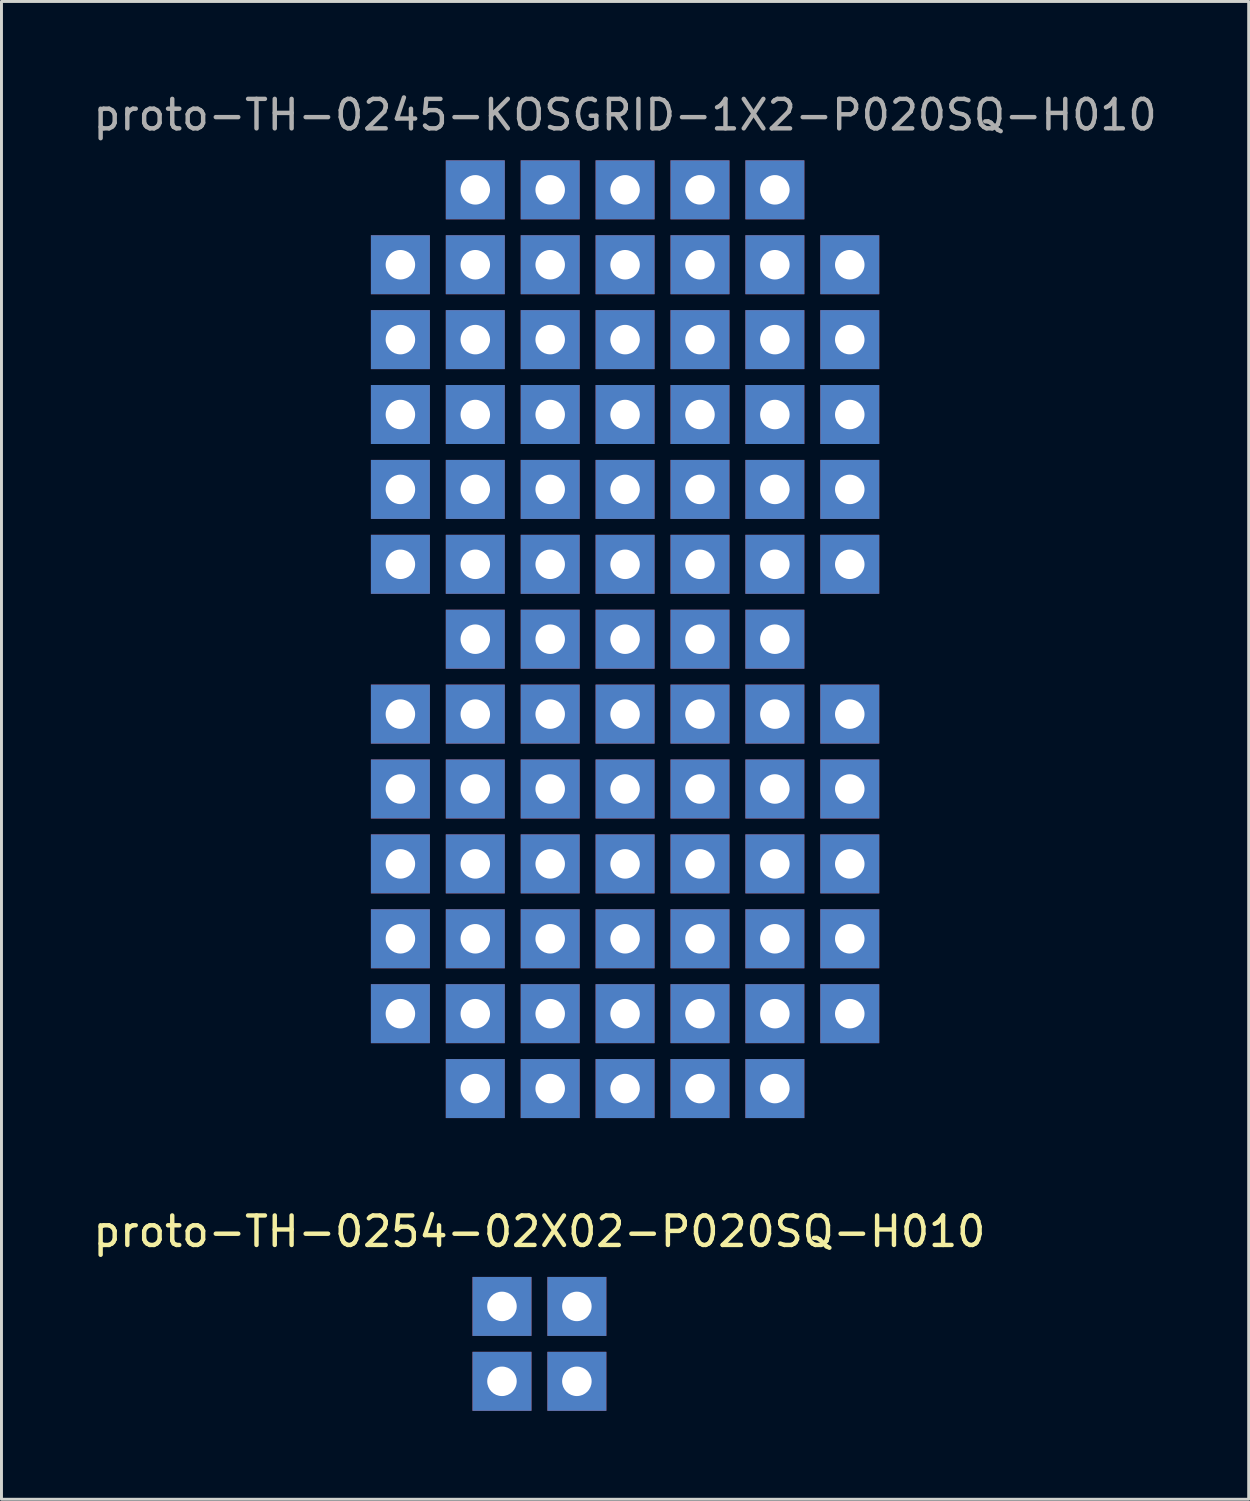
<source format=kicad_pcb>
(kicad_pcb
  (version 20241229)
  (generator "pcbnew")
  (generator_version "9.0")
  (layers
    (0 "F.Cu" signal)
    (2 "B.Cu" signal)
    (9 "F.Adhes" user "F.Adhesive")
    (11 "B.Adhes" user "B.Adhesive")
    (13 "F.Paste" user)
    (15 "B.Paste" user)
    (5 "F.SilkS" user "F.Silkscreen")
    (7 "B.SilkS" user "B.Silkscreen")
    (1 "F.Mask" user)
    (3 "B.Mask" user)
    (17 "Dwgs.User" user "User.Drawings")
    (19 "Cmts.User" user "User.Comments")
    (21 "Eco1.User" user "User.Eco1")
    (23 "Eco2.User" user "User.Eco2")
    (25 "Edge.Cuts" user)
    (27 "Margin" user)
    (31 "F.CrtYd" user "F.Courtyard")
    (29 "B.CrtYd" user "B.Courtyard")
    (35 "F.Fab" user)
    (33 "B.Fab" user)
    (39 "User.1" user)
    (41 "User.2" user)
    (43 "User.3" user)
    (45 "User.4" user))
  (footprint "proto-TH-0254-02X02-P020SQ-H010"
    (layer "F.Cu")
    (at 15.244 42.526)
    (property "Reference" "proto-TH-0254-02X02-P020SQ-H010" (at 0 -3.81 0) (layer "F.SilkS") (effects (font (size 1 1) (thickness 0.15))))
    (attr through_hole)
    (pad "1" thru_hole rect (at -1.27 -1.27) (size 2 2) (drill 1) (layers "*.Cu" "*.Mask"))
    (pad "2" thru_hole rect (at 1.27 -1.27) (size 2 2) (drill 1) (layers "*.Cu" "*.Mask"))
    (pad "3" thru_hole rect (at -1.27 1.27) (size 2 2) (drill 1) (layers "*.Cu" "*.Mask"))
    (pad "4" thru_hole rect (at 1.27 1.27) (size 2 2) (drill 1) (layers "*.Cu" "*.Mask")))
  (footprint "proto-TH-0245-KOSGRID-1X2-P020SQ-H010"
    (layer "F.Cu")
    (at 18.149 18.628)
    (property "Reference" "proto-TH-0245-KOSGRID-1X2-P020SQ-H010" (at 0 -17.78 0) (layer "F.Fab") (effects (font (size 1 1) (thickness 0.15))))
    (attr through_hole)
    (pad "1" thru_hole rect (at -5.08 -15.24) (size 2 2) (drill 1) (layers "*.Cu" "*.Mask"))
    (pad "2" thru_hole rect (at -7.62 -2.54) (size 2 2) (drill 1) (layers "*.Cu" "*.Mask"))
    (pad "3" thru_hole rect (at -5.08 15.24) (size 2 2) (drill 1) (layers "*.Cu" "*.Mask"))
    (pad "4" thru_hole rect (at 5.08 15.24) (size 2 2) (drill 1) (layers "*.Cu" "*.Mask"))
    (pad "5" thru_hole rect (at 7.62 -2.54) (size 2 2) (drill 1) (layers "*.Cu" "*.Mask"))
    (pad "6" thru_hole rect (at 5.08 -15.24) (size 2 2) (drill 1) (layers "*.Cu" "*.Mask"))
    (pad "NC" thru_hole rect (at -7.62 -12.7) (size 2 2) (drill 1) (layers "*.Cu" "*.Mask"))
    (pad "NC" thru_hole rect (at -7.62 -10.16) (size 2 2) (drill 1) (layers "*.Cu" "*.Mask"))
    (pad "NC" thru_hole rect (at -7.62 -7.62) (size 2 2) (drill 1) (layers "*.Cu" "*.Mask"))
    (pad "NC" thru_hole rect (at -7.62 -5.08) (size 2 2) (drill 1) (layers "*.Cu" "*.Mask"))
    (pad "NC" thru_hole rect (at -7.62 2.54) (size 2 2) (drill 1) (layers "*.Cu" "*.Mask"))
    (pad "NC" thru_hole rect (at -7.62 5.08) (size 2 2) (drill 1) (layers "*.Cu" "*.Mask"))
    (pad "NC" thru_hole rect (at -7.62 7.62) (size 2 2) (drill 1) (layers "*.Cu" "*.Mask"))
    (pad "NC" thru_hole rect (at -7.62 10.16) (size 2 2) (drill 1) (layers "*.Cu" "*.Mask"))
    (pad "NC" thru_hole rect (at -7.62 12.7) (size 2 2) (drill 1) (layers "*.Cu" "*.Mask"))
    (pad "NC" thru_hole rect (at -5.08 -12.7) (size 2 2) (drill 1) (layers "*.Cu" "*.Mask"))
    (pad "NC" thru_hole rect (at -5.08 -10.16) (size 2 2) (drill 1) (layers "*.Cu" "*.Mask"))
    (pad "NC" thru_hole rect (at -5.08 -7.62) (size 2 2) (drill 1) (layers "*.Cu" "*.Mask"))
    (pad "NC" thru_hole rect (at -5.08 -5.08) (size 2 2) (drill 1) (layers "*.Cu" "*.Mask"))
    (pad "NC" thru_hole rect (at -5.08 -2.54) (size 2 2) (drill 1) (layers "*.Cu" "*.Mask"))
    (pad "NC" thru_hole rect (at -5.08 0) (size 2 2) (drill 1) (layers "*.Cu" "*.Mask"))
    (pad "NC" thru_hole rect (at -5.08 2.54) (size 2 2) (drill 1) (layers "*.Cu" "*.Mask"))
    (pad "NC" thru_hole rect (at -5.08 5.08) (size 2 2) (drill 1) (layers "*.Cu" "*.Mask"))
    (pad "NC" thru_hole rect (at -5.08 7.62) (size 2 2) (drill 1) (layers "*.Cu" "*.Mask"))
    (pad "NC" thru_hole rect (at -5.08 10.16) (size 2 2) (drill 1) (layers "*.Cu" "*.Mask"))
    (pad "NC" thru_hole rect (at -5.08 12.7) (size 2 2) (drill 1) (layers "*.Cu" "*.Mask"))
    (pad "NC" thru_hole rect (at -2.54 -15.24) (size 2 2) (drill 1) (layers "*.Cu" "*.Mask"))
    (pad "NC" thru_hole rect (at -2.54 -12.7) (size 2 2) (drill 1) (layers "*.Cu" "*.Mask"))
    (pad "NC" thru_hole rect (at -2.54 -10.16) (size 2 2) (drill 1) (layers "*.Cu" "*.Mask"))
    (pad "NC" thru_hole rect (at -2.54 -7.62) (size 2 2) (drill 1) (layers "*.Cu" "*.Mask"))
    (pad "NC" thru_hole rect (at -2.54 -5.08) (size 2 2) (drill 1) (layers "*.Cu" "*.Mask"))
    (pad "NC" thru_hole rect (at -2.54 -2.54) (size 2 2) (drill 1) (layers "*.Cu" "*.Mask"))
    (pad "NC" thru_hole rect (at -2.54 0) (size 2 2) (drill 1) (layers "*.Cu" "*.Mask"))
    (pad "NC" thru_hole rect (at -2.54 2.54) (size 2 2) (drill 1) (layers "*.Cu" "*.Mask"))
    (pad "NC" thru_hole rect (at -2.54 5.08) (size 2 2) (drill 1) (layers "*.Cu" "*.Mask"))
    (pad "NC" thru_hole rect (at -2.54 7.62) (size 2 2) (drill 1) (layers "*.Cu" "*.Mask"))
    (pad "NC" thru_hole rect (at -2.54 10.16) (size 2 2) (drill 1) (layers "*.Cu" "*.Mask"))
    (pad "NC" thru_hole rect (at -2.54 12.7) (size 2 2) (drill 1) (layers "*.Cu" "*.Mask"))
    (pad "NC" thru_hole rect (at -2.54 15.24) (size 2 2) (drill 1) (layers "*.Cu" "*.Mask"))
    (pad "NC" thru_hole rect (at 0 -15.24) (size 2 2) (drill 1) (layers "*.Cu" "*.Mask"))
    (pad "NC" thru_hole rect (at 0 -12.7) (size 2 2) (drill 1) (layers "*.Cu" "*.Mask"))
    (pad "NC" thru_hole rect (at 0 -10.16) (size 2 2) (drill 1) (layers "*.Cu" "*.Mask"))
    (pad "NC" thru_hole rect (at 0 -7.62) (size 2 2) (drill 1) (layers "*.Cu" "*.Mask"))
    (pad "NC" thru_hole rect (at 0 -5.08) (size 2 2) (drill 1) (layers "*.Cu" "*.Mask"))
    (pad "NC" thru_hole rect (at 0 -2.54) (size 2 2) (drill 1) (layers "*.Cu" "*.Mask"))
    (pad "NC" thru_hole rect (at 0 0) (size 2 2) (drill 1) (layers "*.Cu" "*.Mask"))
    (pad "NC" thru_hole rect (at 0 2.54) (size 2 2) (drill 1) (layers "*.Cu" "*.Mask"))
    (pad "NC" thru_hole rect (at 0 5.08) (size 2 2) (drill 1) (layers "*.Cu" "*.Mask"))
    (pad "NC" thru_hole rect (at 0 7.62) (size 2 2) (drill 1) (layers "*.Cu" "*.Mask"))
    (pad "NC" thru_hole rect (at 0 10.16) (size 2 2) (drill 1) (layers "*.Cu" "*.Mask"))
    (pad "NC" thru_hole rect (at 0 12.7) (size 2 2) (drill 1) (layers "*.Cu" "*.Mask"))
    (pad "NC" thru_hole rect (at 0 15.24) (size 2 2) (drill 1) (layers "*.Cu" "*.Mask"))
    (pad "NC" thru_hole rect (at 2.54 -15.24) (size 2 2) (drill 1) (layers "*.Cu" "*.Mask"))
    (pad "NC" thru_hole rect (at 2.54 -12.7) (size 2 2) (drill 1) (layers "*.Cu" "*.Mask"))
    (pad "NC" thru_hole rect (at 2.54 -10.16) (size 2 2) (drill 1) (layers "*.Cu" "*.Mask"))
    (pad "NC" thru_hole rect (at 2.54 -7.62) (size 2 2) (drill 1) (layers "*.Cu" "*.Mask"))
    (pad "NC" thru_hole rect (at 2.54 -5.08) (size 2 2) (drill 1) (layers "*.Cu" "*.Mask"))
    (pad "NC" thru_hole rect (at 2.54 -2.54) (size 2 2) (drill 1) (layers "*.Cu" "*.Mask"))
    (pad "NC" thru_hole rect (at 2.54 0) (size 2 2) (drill 1) (layers "*.Cu" "*.Mask"))
    (pad "NC" thru_hole rect (at 2.54 2.54) (size 2 2) (drill 1) (layers "*.Cu" "*.Mask"))
    (pad "NC" thru_hole rect (at 2.54 5.08) (size 2 2) (drill 1) (layers "*.Cu" "*.Mask"))
    (pad "NC" thru_hole rect (at 2.54 7.62) (size 2 2) (drill 1) (layers "*.Cu" "*.Mask"))
    (pad "NC" thru_hole rect (at 2.54 10.16) (size 2 2) (drill 1) (layers "*.Cu" "*.Mask"))
    (pad "NC" thru_hole rect (at 2.54 12.7) (size 2 2) (drill 1) (layers "*.Cu" "*.Mask"))
    (pad "NC" thru_hole rect (at 2.54 15.24) (size 2 2) (drill 1) (layers "*.Cu" "*.Mask"))
    (pad "NC" thru_hole rect (at 5.08 -12.7) (size 2 2) (drill 1) (layers "*.Cu" "*.Mask"))
    (pad "NC" thru_hole rect (at 5.08 -10.16) (size 2 2) (drill 1) (layers "*.Cu" "*.Mask"))
    (pad "NC" thru_hole rect (at 5.08 -7.62) (size 2 2) (drill 1) (layers "*.Cu" "*.Mask"))
    (pad "NC" thru_hole rect (at 5.08 -5.08) (size 2 2) (drill 1) (layers "*.Cu" "*.Mask"))
    (pad "NC" thru_hole rect (at 5.08 -2.54) (size 2 2) (drill 1) (layers "*.Cu" "*.Mask"))
    (pad "NC" thru_hole rect (at 5.08 0) (size 2 2) (drill 1) (layers "*.Cu" "*.Mask"))
    (pad "NC" thru_hole rect (at 5.08 2.54) (size 2 2) (drill 1) (layers "*.Cu" "*.Mask"))
    (pad "NC" thru_hole rect (at 5.08 5.08) (size 2 2) (drill 1) (layers "*.Cu" "*.Mask"))
    (pad "NC" thru_hole rect (at 5.08 7.62) (size 2 2) (drill 1) (layers "*.Cu" "*.Mask"))
    (pad "NC" thru_hole rect (at 5.08 10.16) (size 2 2) (drill 1) (layers "*.Cu" "*.Mask"))
    (pad "NC" thru_hole rect (at 5.08 12.7) (size 2 2) (drill 1) (layers "*.Cu" "*.Mask"))
    (pad "NC" thru_hole rect (at 7.62 -12.7) (size 2 2) (drill 1) (layers "*.Cu" "*.Mask"))
    (pad "NC" thru_hole rect (at 7.62 -10.16) (size 2 2) (drill 1) (layers "*.Cu" "*.Mask"))
    (pad "NC" thru_hole rect (at 7.62 -7.62) (size 2 2) (drill 1) (layers "*.Cu" "*.Mask"))
    (pad "NC" thru_hole rect (at 7.62 -5.08) (size 2 2) (drill 1) (layers "*.Cu" "*.Mask"))
    (pad "NC" thru_hole rect (at 7.62 2.54) (size 2 2) (drill 1) (layers "*.Cu" "*.Mask"))
    (pad "NC" thru_hole rect (at 7.62 5.08) (size 2 2) (drill 1) (layers "*.Cu" "*.Mask"))
    (pad "NC" thru_hole rect (at 7.62 7.62) (size 2 2) (drill 1) (layers "*.Cu" "*.Mask"))
    (pad "NC" thru_hole rect (at 7.62 10.16) (size 2 2) (drill 1) (layers "*.Cu" "*.Mask"))
    (pad "NC" thru_hole rect (at 7.62 12.7) (size 2 2) (drill 1) (layers "*.Cu" "*.Mask")))
  (gr_rect
    (start -3 -3)
    (end 39.298 47.797)
    (stroke (width 0.1) (type default))
    (fill no)
    (layer "Edge.Cuts")))
</source>
